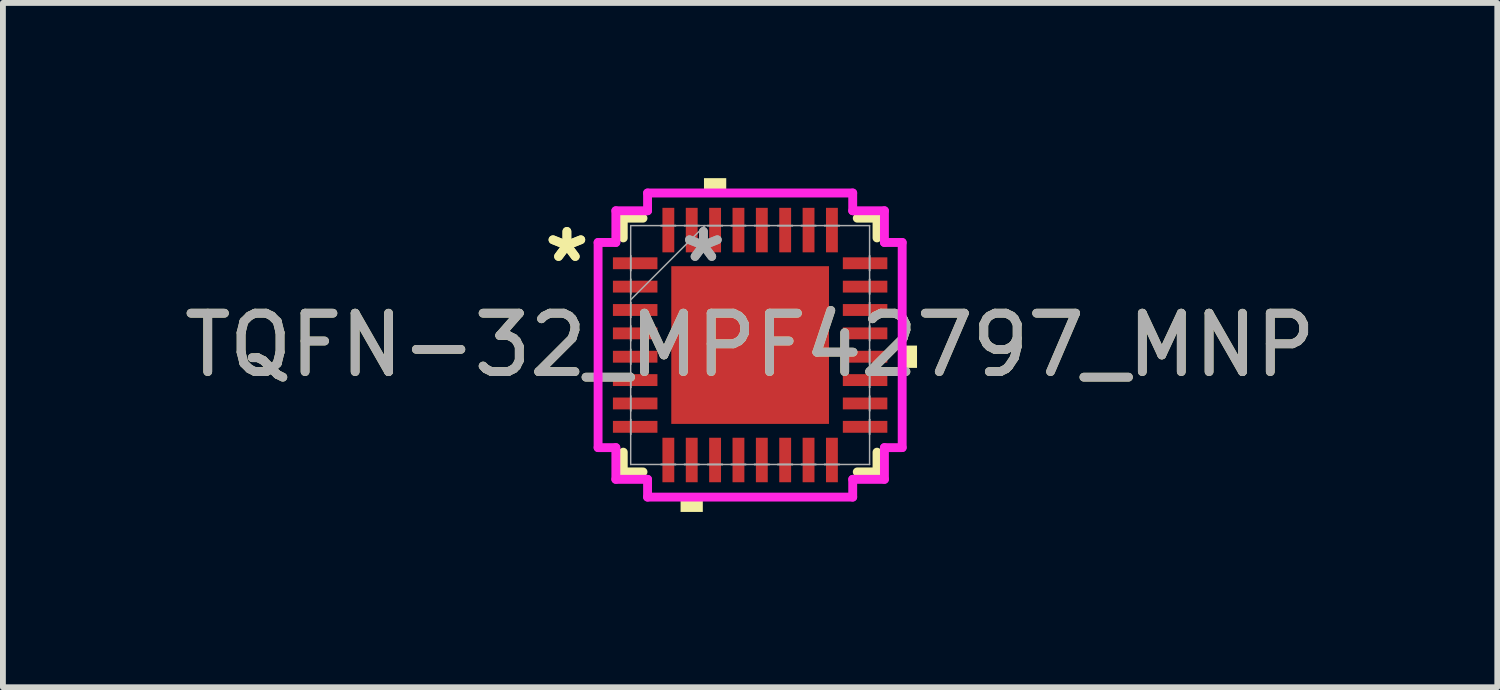
<source format=kicad_pcb>
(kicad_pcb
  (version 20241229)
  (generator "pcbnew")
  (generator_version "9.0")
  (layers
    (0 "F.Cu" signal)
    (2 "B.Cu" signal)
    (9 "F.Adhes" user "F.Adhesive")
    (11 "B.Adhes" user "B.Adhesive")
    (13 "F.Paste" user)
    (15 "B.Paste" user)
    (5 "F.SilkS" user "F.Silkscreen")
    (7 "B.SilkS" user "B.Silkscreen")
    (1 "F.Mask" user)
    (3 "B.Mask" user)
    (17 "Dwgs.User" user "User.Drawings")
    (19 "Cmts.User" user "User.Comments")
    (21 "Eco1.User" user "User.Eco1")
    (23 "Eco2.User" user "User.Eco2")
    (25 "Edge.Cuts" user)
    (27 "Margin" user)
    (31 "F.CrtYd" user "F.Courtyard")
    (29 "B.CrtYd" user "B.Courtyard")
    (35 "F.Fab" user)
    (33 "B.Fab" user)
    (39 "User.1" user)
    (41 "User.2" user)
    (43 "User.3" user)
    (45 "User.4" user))
  (footprint "TQFN-32_MPF42797_MNP"
    (layer "F.Cu")
    (at 9.792 2.857)
    (property "Reference" "TQFN-32_MPF42797_MNP" (at 0 0 0) (unlocked yes) (layer "F.SilkS") (effects (font (size 1 1) (thickness 0.15))))
    (attr smd)
    (fp_line (start -2.172 -2.172) (end -2.172 -1.834) (stroke (width 0.152) (type solid)) (layer "F.SilkS"))
    (fp_line (start -2.172 1.834) (end -2.172 2.172) (stroke (width 0.152) (type solid)) (layer "F.SilkS"))
    (fp_line (start -2.172 2.172) (end -1.834 2.172) (stroke (width 0.152) (type solid)) (layer "F.SilkS"))
    (fp_line (start -1.834 -2.172) (end -2.172 -2.172) (stroke (width 0.152) (type solid)) (layer "F.SilkS"))
    (fp_line (start 1.834 2.172) (end 2.172 2.172) (stroke (width 0.152) (type solid)) (layer "F.SilkS"))
    (fp_line (start 2.172 -2.172) (end 1.834 -2.172) (stroke (width 0.152) (type solid)) (layer "F.SilkS"))
    (fp_line (start 2.172 -1.834) (end 2.172 -2.172) (stroke (width 0.152) (type solid)) (layer "F.SilkS"))
    (fp_line (start 2.172 2.172) (end 2.172 1.834) (stroke (width 0.152) (type solid)) (layer "F.SilkS"))
    (fp_poly (pts (xy -1.191 2.603) (xy -1.191 2.857) (xy -0.81 2.857) (xy -0.81 2.603)) (stroke (width 0) (type solid)) (fill yes) (layer "F.SilkS"))
    (fp_poly (pts (xy -0.79 -2.603) (xy -0.79 -2.857) (xy -0.409 -2.857) (xy -0.409 -2.603)) (stroke (width 0) (type solid)) (fill yes) (layer "F.SilkS"))
    (fp_poly (pts (xy 2.857 0.009) (xy 2.857 0.391) (xy 2.603 0.391) (xy 2.603 0.009)) (stroke (width 0) (type solid)) (fill yes) (layer "F.SilkS"))
    (fp_line (start -2.603 -1.756) (end -2.299 -1.756) (stroke (width 0.152) (type solid)) (layer "F.CrtYd"))
    (fp_line (start -2.603 1.756) (end -2.603 -1.756) (stroke (width 0.152) (type solid)) (layer "F.CrtYd"))
    (fp_line (start -2.299 -2.299) (end -1.756 -2.299) (stroke (width 0.152) (type solid)) (layer "F.CrtYd"))
    (fp_line (start -2.299 -1.756) (end -2.299 -2.299) (stroke (width 0.152) (type solid)) (layer "F.CrtYd"))
    (fp_line (start -2.299 1.756) (end -2.603 1.756) (stroke (width 0.152) (type solid)) (layer "F.CrtYd"))
    (fp_line (start -2.299 2.299) (end -2.299 1.756) (stroke (width 0.152) (type solid)) (layer "F.CrtYd"))
    (fp_line (start -1.756 -2.603) (end 1.756 -2.603) (stroke (width 0.152) (type solid)) (layer "F.CrtYd"))
    (fp_line (start -1.756 -2.299) (end -1.756 -2.603) (stroke (width 0.152) (type solid)) (layer "F.CrtYd"))
    (fp_line (start -1.756 2.299) (end -2.299 2.299) (stroke (width 0.152) (type solid)) (layer "F.CrtYd"))
    (fp_line (start -1.756 2.603) (end -1.756 2.299) (stroke (width 0.152) (type solid)) (layer "F.CrtYd"))
    (fp_line (start 1.756 -2.603) (end 1.756 -2.299) (stroke (width 0.152) (type solid)) (layer "F.CrtYd"))
    (fp_line (start 1.756 -2.299) (end 2.299 -2.299) (stroke (width 0.152) (type solid)) (layer "F.CrtYd"))
    (fp_line (start 1.756 2.299) (end 1.756 2.603) (stroke (width 0.152) (type solid)) (layer "F.CrtYd"))
    (fp_line (start 1.756 2.603) (end -1.756 2.603) (stroke (width 0.152) (type solid)) (layer "F.CrtYd"))
    (fp_line (start 2.299 -2.299) (end 2.299 -1.756) (stroke (width 0.152) (type solid)) (layer "F.CrtYd"))
    (fp_line (start 2.299 -1.756) (end 2.603 -1.756) (stroke (width 0.152) (type solid)) (layer "F.CrtYd"))
    (fp_line (start 2.299 1.756) (end 2.299 2.299) (stroke (width 0.152) (type solid)) (layer "F.CrtYd"))
    (fp_line (start 2.299 2.299) (end 1.756 2.299) (stroke (width 0.152) (type solid)) (layer "F.CrtYd"))
    (fp_line (start 2.603 -1.756) (end 2.603 1.756) (stroke (width 0.152) (type solid)) (layer "F.CrtYd"))
    (fp_line (start 2.603 1.756) (end 2.299 1.756) (stroke (width 0.152) (type solid)) (layer "F.CrtYd"))
    (fp_line (start -2.045 -2.045) (end -2.045 2.045) (stroke (width 0.025) (type solid)) (layer "F.Fab"))
    (fp_line (start -2.045 -1.527) (end -2.045 -1.527) (stroke (width 0.025) (type solid)) (layer "F.Fab"))
    (fp_line (start -2.045 -1.527) (end -2.045 -1.273) (stroke (width 0.025) (type solid)) (layer "F.Fab"))
    (fp_line (start -2.045 -1.273) (end -2.045 -1.527) (stroke (width 0.025) (type solid)) (layer "F.Fab"))
    (fp_line (start -2.045 -1.273) (end -2.045 -1.273) (stroke (width 0.025) (type solid)) (layer "F.Fab"))
    (fp_line (start -2.045 -1.127) (end -2.045 -1.127) (stroke (width 0.025) (type solid)) (layer "F.Fab"))
    (fp_line (start -2.045 -1.127) (end -2.045 -0.873) (stroke (width 0.025) (type solid)) (layer "F.Fab"))
    (fp_line (start -2.045 -0.873) (end -2.045 -1.127) (stroke (width 0.025) (type solid)) (layer "F.Fab"))
    (fp_line (start -2.045 -0.873) (end -2.045 -0.873) (stroke (width 0.025) (type solid)) (layer "F.Fab"))
    (fp_line (start -2.045 -0.775) (end -0.775 -2.045) (stroke (width 0.025) (type solid)) (layer "F.Fab"))
    (fp_line (start -2.045 -0.727) (end -2.045 -0.727) (stroke (width 0.025) (type solid)) (layer "F.Fab"))
    (fp_line (start -2.045 -0.727) (end -2.045 -0.473) (stroke (width 0.025) (type solid)) (layer "F.Fab"))
    (fp_line (start -2.045 -0.473) (end -2.045 -0.727) (stroke (width 0.025) (type solid)) (layer "F.Fab"))
    (fp_line (start -2.045 -0.473) (end -2.045 -0.473) (stroke (width 0.025) (type solid)) (layer "F.Fab"))
    (fp_line (start -2.045 -0.327) (end -2.045 -0.327) (stroke (width 0.025) (type solid)) (layer "F.Fab"))
    (fp_line (start -2.045 -0.327) (end -2.045 -0.073) (stroke (width 0.025) (type solid)) (layer "F.Fab"))
    (fp_line (start -2.045 -0.073) (end -2.045 -0.327) (stroke (width 0.025) (type solid)) (layer "F.Fab"))
    (fp_line (start -2.045 -0.073) (end -2.045 -0.073) (stroke (width 0.025) (type solid)) (layer "F.Fab"))
    (fp_line (start -2.045 0.073) (end -2.045 0.073) (stroke (width 0.025) (type solid)) (layer "F.Fab"))
    (fp_line (start -2.045 0.073) (end -2.045 0.327) (stroke (width 0.025) (type solid)) (layer "F.Fab"))
    (fp_line (start -2.045 0.327) (end -2.045 0.073) (stroke (width 0.025) (type solid)) (layer "F.Fab"))
    (fp_line (start -2.045 0.327) (end -2.045 0.327) (stroke (width 0.025) (type solid)) (layer "F.Fab"))
    (fp_line (start -2.045 0.473) (end -2.045 0.473) (stroke (width 0.025) (type solid)) (layer "F.Fab"))
    (fp_line (start -2.045 0.473) (end -2.045 0.727) (stroke (width 0.025) (type solid)) (layer "F.Fab"))
    (fp_line (start -2.045 0.727) (end -2.045 0.473) (stroke (width 0.025) (type solid)) (layer "F.Fab"))
    (fp_line (start -2.045 0.727) (end -2.045 0.727) (stroke (width 0.025) (type solid)) (layer "F.Fab"))
    (fp_line (start -2.045 0.873) (end -2.045 0.873) (stroke (width 0.025) (type solid)) (layer "F.Fab"))
    (fp_line (start -2.045 0.873) (end -2.045 1.127) (stroke (width 0.025) (type solid)) (layer "F.Fab"))
    (fp_line (start -2.045 1.127) (end -2.045 0.873) (stroke (width 0.025) (type solid)) (layer "F.Fab"))
    (fp_line (start -2.045 1.127) (end -2.045 1.127) (stroke (width 0.025) (type solid)) (layer "F.Fab"))
    (fp_line (start -2.045 1.273) (end -2.045 1.273) (stroke (width 0.025) (type solid)) (layer "F.Fab"))
    (fp_line (start -2.045 1.273) (end -2.045 1.527) (stroke (width 0.025) (type solid)) (layer "F.Fab"))
    (fp_line (start -2.045 1.527) (end -2.045 1.273) (stroke (width 0.025) (type solid)) (layer "F.Fab"))
    (fp_line (start -2.045 1.527) (end -2.045 1.527) (stroke (width 0.025) (type solid)) (layer "F.Fab"))
    (fp_line (start -2.045 2.045) (end 2.045 2.045) (stroke (width 0.025) (type solid)) (layer "F.Fab"))
    (fp_line (start -1.527 -2.045) (end -1.527 -2.045) (stroke (width 0.025) (type solid)) (layer "F.Fab"))
    (fp_line (start -1.527 -2.045) (end -1.273 -2.045) (stroke (width 0.025) (type solid)) (layer "F.Fab"))
    (fp_line (start -1.527 2.045) (end -1.527 2.045) (stroke (width 0.025) (type solid)) (layer "F.Fab"))
    (fp_line (start -1.527 2.045) (end -1.273 2.045) (stroke (width 0.025) (type solid)) (layer "F.Fab"))
    (fp_line (start -1.273 -2.045) (end -1.527 -2.045) (stroke (width 0.025) (type solid)) (layer "F.Fab"))
    (fp_line (start -1.273 -2.045) (end -1.273 -2.045) (stroke (width 0.025) (type solid)) (layer "F.Fab"))
    (fp_line (start -1.273 2.045) (end -1.527 2.045) (stroke (width 0.025) (type solid)) (layer "F.Fab"))
    (fp_line (start -1.273 2.045) (end -1.273 2.045) (stroke (width 0.025) (type solid)) (layer "F.Fab"))
    (fp_line (start -1.127 -2.045) (end -1.127 -2.045) (stroke (width 0.025) (type solid)) (layer "F.Fab"))
    (fp_line (start -1.127 -2.045) (end -0.873 -2.045) (stroke (width 0.025) (type solid)) (layer "F.Fab"))
    (fp_line (start -1.127 2.045) (end -1.127 2.045) (stroke (width 0.025) (type solid)) (layer "F.Fab"))
    (fp_line (start -1.127 2.045) (end -0.873 2.045) (stroke (width 0.025) (type solid)) (layer "F.Fab"))
    (fp_line (start -0.873 -2.045) (end -1.127 -2.045) (stroke (width 0.025) (type solid)) (layer "F.Fab"))
    (fp_line (start -0.873 -2.045) (end -0.873 -2.045) (stroke (width 0.025) (type solid)) (layer "F.Fab"))
    (fp_line (start -0.873 2.045) (end -1.127 2.045) (stroke (width 0.025) (type solid)) (layer "F.Fab"))
    (fp_line (start -0.873 2.045) (end -0.873 2.045) (stroke (width 0.025) (type solid)) (layer "F.Fab"))
    (fp_line (start -0.727 -2.045) (end -0.727 -2.045) (stroke (width 0.025) (type solid)) (layer "F.Fab"))
    (fp_line (start -0.727 -2.045) (end -0.473 -2.045) (stroke (width 0.025) (type solid)) (layer "F.Fab"))
    (fp_line (start -0.727 2.045) (end -0.727 2.045) (stroke (width 0.025) (type solid)) (layer "F.Fab"))
    (fp_line (start -0.727 2.045) (end -0.473 2.045) (stroke (width 0.025) (type solid)) (layer "F.Fab"))
    (fp_line (start -0.473 -2.045) (end -0.727 -2.045) (stroke (width 0.025) (type solid)) (layer "F.Fab"))
    (fp_line (start -0.473 -2.045) (end -0.473 -2.045) (stroke (width 0.025) (type solid)) (layer "F.Fab"))
    (fp_line (start -0.473 2.045) (end -0.727 2.045) (stroke (width 0.025) (type solid)) (layer "F.Fab"))
    (fp_line (start -0.473 2.045) (end -0.473 2.045) (stroke (width 0.025) (type solid)) (layer "F.Fab"))
    (fp_line (start -0.327 -2.045) (end -0.327 -2.045) (stroke (width 0.025) (type solid)) (layer "F.Fab"))
    (fp_line (start -0.327 -2.045) (end -0.073 -2.045) (stroke (width 0.025) (type solid)) (layer "F.Fab"))
    (fp_line (start -0.327 2.045) (end -0.327 2.045) (stroke (width 0.025) (type solid)) (layer "F.Fab"))
    (fp_line (start -0.327 2.045) (end -0.073 2.045) (stroke (width 0.025) (type solid)) (layer "F.Fab"))
    (fp_line (start -0.073 -2.045) (end -0.327 -2.045) (stroke (width 0.025) (type solid)) (layer "F.Fab"))
    (fp_line (start -0.073 -2.045) (end -0.073 -2.045) (stroke (width 0.025) (type solid)) (layer "F.Fab"))
    (fp_line (start -0.073 2.045) (end -0.327 2.045) (stroke (width 0.025) (type solid)) (layer "F.Fab"))
    (fp_line (start -0.073 2.045) (end -0.073 2.045) (stroke (width 0.025) (type solid)) (layer "F.Fab"))
    (fp_line (start 0.073 -2.045) (end 0.073 -2.045) (stroke (width 0.025) (type solid)) (layer "F.Fab"))
    (fp_line (start 0.073 -2.045) (end 0.327 -2.045) (stroke (width 0.025) (type solid)) (layer "F.Fab"))
    (fp_line (start 0.073 2.045) (end 0.073 2.045) (stroke (width 0.025) (type solid)) (layer "F.Fab"))
    (fp_line (start 0.073 2.045) (end 0.327 2.045) (stroke (width 0.025) (type solid)) (layer "F.Fab"))
    (fp_line (start 0.327 -2.045) (end 0.073 -2.045) (stroke (width 0.025) (type solid)) (layer "F.Fab"))
    (fp_line (start 0.327 -2.045) (end 0.327 -2.045) (stroke (width 0.025) (type solid)) (layer "F.Fab"))
    (fp_line (start 0.327 2.045) (end 0.073 2.045) (stroke (width 0.025) (type solid)) (layer "F.Fab"))
    (fp_line (start 0.327 2.045) (end 0.327 2.045) (stroke (width 0.025) (type solid)) (layer "F.Fab"))
    (fp_line (start 0.473 -2.045) (end 0.473 -2.045) (stroke (width 0.025) (type solid)) (layer "F.Fab"))
    (fp_line (start 0.473 -2.045) (end 0.727 -2.045) (stroke (width 0.025) (type solid)) (layer "F.Fab"))
    (fp_line (start 0.473 2.045) (end 0.473 2.045) (stroke (width 0.025) (type solid)) (layer "F.Fab"))
    (fp_line (start 0.473 2.045) (end 0.727 2.045) (stroke (width 0.025) (type solid)) (layer "F.Fab"))
    (fp_line (start 0.727 -2.045) (end 0.473 -2.045) (stroke (width 0.025) (type solid)) (layer "F.Fab"))
    (fp_line (start 0.727 -2.045) (end 0.727 -2.045) (stroke (width 0.025) (type solid)) (layer "F.Fab"))
    (fp_line (start 0.727 2.045) (end 0.473 2.045) (stroke (width 0.025) (type solid)) (layer "F.Fab"))
    (fp_line (start 0.727 2.045) (end 0.727 2.045) (stroke (width 0.025) (type solid)) (layer "F.Fab"))
    (fp_line (start 0.873 -2.045) (end 0.873 -2.045) (stroke (width 0.025) (type solid)) (layer "F.Fab"))
    (fp_line (start 0.873 -2.045) (end 1.127 -2.045) (stroke (width 0.025) (type solid)) (layer "F.Fab"))
    (fp_line (start 0.873 2.045) (end 0.873 2.045) (stroke (width 0.025) (type solid)) (layer "F.Fab"))
    (fp_line (start 0.873 2.045) (end 1.127 2.045) (stroke (width 0.025) (type solid)) (layer "F.Fab"))
    (fp_line (start 1.127 -2.045) (end 0.873 -2.045) (stroke (width 0.025) (type solid)) (layer "F.Fab"))
    (fp_line (start 1.127 -2.045) (end 1.127 -2.045) (stroke (width 0.025) (type solid)) (layer "F.Fab"))
    (fp_line (start 1.127 2.045) (end 0.873 2.045) (stroke (width 0.025) (type solid)) (layer "F.Fab"))
    (fp_line (start 1.127 2.045) (end 1.127 2.045) (stroke (width 0.025) (type solid)) (layer "F.Fab"))
    (fp_line (start 1.273 -2.045) (end 1.273 -2.045) (stroke (width 0.025) (type solid)) (layer "F.Fab"))
    (fp_line (start 1.273 -2.045) (end 1.527 -2.045) (stroke (width 0.025) (type solid)) (layer "F.Fab"))
    (fp_line (start 1.273 2.045) (end 1.273 2.045) (stroke (width 0.025) (type solid)) (layer "F.Fab"))
    (fp_line (start 1.273 2.045) (end 1.527 2.045) (stroke (width 0.025) (type solid)) (layer "F.Fab"))
    (fp_line (start 1.527 -2.045) (end 1.273 -2.045) (stroke (width 0.025) (type solid)) (layer "F.Fab"))
    (fp_line (start 1.527 -2.045) (end 1.527 -2.045) (stroke (width 0.025) (type solid)) (layer "F.Fab"))
    (fp_line (start 1.527 2.045) (end 1.273 2.045) (stroke (width 0.025) (type solid)) (layer "F.Fab"))
    (fp_line (start 1.527 2.045) (end 1.527 2.045) (stroke (width 0.025) (type solid)) (layer "F.Fab"))
    (fp_line (start 2.045 -2.045) (end -2.045 -2.045) (stroke (width 0.025) (type solid)) (layer "F.Fab"))
    (fp_line (start 2.045 -1.527) (end 2.045 -1.527) (stroke (width 0.025) (type solid)) (layer "F.Fab"))
    (fp_line (start 2.045 -1.527) (end 2.045 -1.273) (stroke (width 0.025) (type solid)) (layer "F.Fab"))
    (fp_line (start 2.045 -1.273) (end 2.045 -1.527) (stroke (width 0.025) (type solid)) (layer "F.Fab"))
    (fp_line (start 2.045 -1.273) (end 2.045 -1.273) (stroke (width 0.025) (type solid)) (layer "F.Fab"))
    (fp_line (start 2.045 -1.127) (end 2.045 -1.127) (stroke (width 0.025) (type solid)) (layer "F.Fab"))
    (fp_line (start 2.045 -1.127) (end 2.045 -0.873) (stroke (width 0.025) (type solid)) (layer "F.Fab"))
    (fp_line (start 2.045 -0.873) (end 2.045 -1.127) (stroke (width 0.025) (type solid)) (layer "F.Fab"))
    (fp_line (start 2.045 -0.873) (end 2.045 -0.873) (stroke (width 0.025) (type solid)) (layer "F.Fab"))
    (fp_line (start 2.045 -0.727) (end 2.045 -0.727) (stroke (width 0.025) (type solid)) (layer "F.Fab"))
    (fp_line (start 2.045 -0.727) (end 2.045 -0.473) (stroke (width 0.025) (type solid)) (layer "F.Fab"))
    (fp_line (start 2.045 -0.473) (end 2.045 -0.727) (stroke (width 0.025) (type solid)) (layer "F.Fab"))
    (fp_line (start 2.045 -0.473) (end 2.045 -0.473) (stroke (width 0.025) (type solid)) (layer "F.Fab"))
    (fp_line (start 2.045 -0.327) (end 2.045 -0.327) (stroke (width 0.025) (type solid)) (layer "F.Fab"))
    (fp_line (start 2.045 -0.327) (end 2.045 -0.073) (stroke (width 0.025) (type solid)) (layer "F.Fab"))
    (fp_line (start 2.045 -0.073) (end 2.045 -0.327) (stroke (width 0.025) (type solid)) (layer "F.Fab"))
    (fp_line (start 2.045 -0.073) (end 2.045 -0.073) (stroke (width 0.025) (type solid)) (layer "F.Fab"))
    (fp_line (start 2.045 0.073) (end 2.045 0.073) (stroke (width 0.025) (type solid)) (layer "F.Fab"))
    (fp_line (start 2.045 0.073) (end 2.045 0.327) (stroke (width 0.025) (type solid)) (layer "F.Fab"))
    (fp_line (start 2.045 0.327) (end 2.045 0.073) (stroke (width 0.025) (type solid)) (layer "F.Fab"))
    (fp_line (start 2.045 0.327) (end 2.045 0.327) (stroke (width 0.025) (type solid)) (layer "F.Fab"))
    (fp_line (start 2.045 0.473) (end 2.045 0.473) (stroke (width 0.025) (type solid)) (layer "F.Fab"))
    (fp_line (start 2.045 0.473) (end 2.045 0.727) (stroke (width 0.025) (type solid)) (layer "F.Fab"))
    (fp_line (start 2.045 0.727) (end 2.045 0.473) (stroke (width 0.025) (type solid)) (layer "F.Fab"))
    (fp_line (start 2.045 0.727) (end 2.045 0.727) (stroke (width 0.025) (type solid)) (layer "F.Fab"))
    (fp_line (start 2.045 0.873) (end 2.045 0.873) (stroke (width 0.025) (type solid)) (layer "F.Fab"))
    (fp_line (start 2.045 0.873) (end 2.045 1.127) (stroke (width 0.025) (type solid)) (layer "F.Fab"))
    (fp_line (start 2.045 1.127) (end 2.045 0.873) (stroke (width 0.025) (type solid)) (layer "F.Fab"))
    (fp_line (start 2.045 1.127) (end 2.045 1.127) (stroke (width 0.025) (type solid)) (layer "F.Fab"))
    (fp_line (start 2.045 1.273) (end 2.045 1.273) (stroke (width 0.025) (type solid)) (layer "F.Fab"))
    (fp_line (start 2.045 1.273) (end 2.045 1.527) (stroke (width 0.025) (type solid)) (layer "F.Fab"))
    (fp_line (start 2.045 1.527) (end 2.045 1.273) (stroke (width 0.025) (type solid)) (layer "F.Fab"))
    (fp_line (start 2.045 1.527) (end 2.045 1.527) (stroke (width 0.025) (type solid)) (layer "F.Fab"))
    (fp_line (start 2.045 2.045) (end 2.045 -2.045) (stroke (width 0.025) (type solid)) (layer "F.Fab"))
    (fp_text user "*" (at -3.137 -1.4 0) (unlocked yes) (layer "F.SilkS") (effects (font (size 1 1) (thickness 0.15))))
    (fp_text user "*" (at -3.137 -1.4 0) (layer "F.SilkS") (effects (font (size 1 1) (thickness 0.15))))
    (fp_text user "*" (at -0.8 -1.4 0) (layer "F.Fab") (effects (font (size 1 1) (thickness 0.15))))
    (fp_text user "*" (at -0.8 -1.4 0) (unlocked yes) (layer "F.Fab") (effects (font (size 1 1) (thickness 0.15))))
    (fp_text user "${REFERENCE}" (at 0 0 0) (unlocked yes) (layer "F.Fab") (effects (font (size 1 1) (thickness 0.15))))
    (pad "1" smd rect (at -1.968 -1.4 90) (size 0.203 0.762) (layers "F.Cu" "F.Mask" "F.Paste"))
    (pad "2" smd rect (at -1.968 -1 90) (size 0.203 0.762) (layers "F.Cu" "F.Mask" "F.Paste"))
    (pad "3" smd rect (at -1.968 -0.6 90) (size 0.203 0.762) (layers "F.Cu" "F.Mask" "F.Paste"))
    (pad "4" smd rect (at -1.968 -0.2 90) (size 0.203 0.762) (layers "F.Cu" "F.Mask" "F.Paste"))
    (pad "5" smd rect (at -1.968 0.2 90) (size 0.203 0.762) (layers "F.Cu" "F.Mask" "F.Paste"))
    (pad "6" smd rect (at -1.968 0.6 90) (size 0.203 0.762) (layers "F.Cu" "F.Mask" "F.Paste"))
    (pad "7" smd rect (at -1.968 1 90) (size 0.203 0.762) (layers "F.Cu" "F.Mask" "F.Paste"))
    (pad "8" smd rect (at -1.968 1.4 90) (size 0.203 0.762) (layers "F.Cu" "F.Mask" "F.Paste"))
    (pad "9" smd rect (at -1.4 1.968) (size 0.203 0.762) (layers "F.Cu" "F.Mask" "F.Paste"))
    (pad "10" smd rect (at -1 1.968) (size 0.203 0.762) (layers "F.Cu" "F.Mask" "F.Paste"))
    (pad "11" smd rect (at -0.6 1.968) (size 0.203 0.762) (layers "F.Cu" "F.Mask" "F.Paste"))
    (pad "12" smd rect (at -0.2 1.968) (size 0.203 0.762) (layers "F.Cu" "F.Mask" "F.Paste"))
    (pad "13" smd rect (at 0.2 1.968) (size 0.203 0.762) (layers "F.Cu" "F.Mask" "F.Paste"))
    (pad "14" smd rect (at 0.6 1.968) (size 0.203 0.762) (layers "F.Cu" "F.Mask" "F.Paste"))
    (pad "15" smd rect (at 1 1.968) (size 0.203 0.762) (layers "F.Cu" "F.Mask" "F.Paste"))
    (pad "16" smd rect (at 1.4 1.968) (size 0.203 0.762) (layers "F.Cu" "F.Mask" "F.Paste"))
    (pad "17" smd rect (at 1.968 1.4 90) (size 0.203 0.762) (layers "F.Cu" "F.Mask" "F.Paste"))
    (pad "18" smd rect (at 1.968 1 90) (size 0.203 0.762) (layers "F.Cu" "F.Mask" "F.Paste"))
    (pad "19" smd rect (at 1.968 0.6 90) (size 0.203 0.762) (layers "F.Cu" "F.Mask" "F.Paste"))
    (pad "20" smd rect (at 1.968 0.2 90) (size 0.203 0.762) (layers "F.Cu" "F.Mask" "F.Paste"))
    (pad "21" smd rect (at 1.968 -0.2 90) (size 0.203 0.762) (layers "F.Cu" "F.Mask" "F.Paste"))
    (pad "22" smd rect (at 1.968 -0.6 90) (size 0.203 0.762) (layers "F.Cu" "F.Mask" "F.Paste"))
    (pad "23" smd rect (at 1.968 -1 90) (size 0.203 0.762) (layers "F.Cu" "F.Mask" "F.Paste"))
    (pad "24" smd rect (at 1.968 -1.4 90) (size 0.203 0.762) (layers "F.Cu" "F.Mask" "F.Paste"))
    (pad "25" smd rect (at 1.4 -1.968) (size 0.203 0.762) (layers "F.Cu" "F.Mask" "F.Paste"))
    (pad "26" smd rect (at 1 -1.968) (size 0.203 0.762) (layers "F.Cu" "F.Mask" "F.Paste"))
    (pad "27" smd rect (at 0.6 -1.968) (size 0.203 0.762) (layers "F.Cu" "F.Mask" "F.Paste"))
    (pad "28" smd rect (at 0.2 -1.968) (size 0.203 0.762) (layers "F.Cu" "F.Mask" "F.Paste"))
    (pad "29" smd rect (at -0.2 -1.968) (size 0.203 0.762) (layers "F.Cu" "F.Mask" "F.Paste"))
    (pad "30" smd rect (at -0.6 -1.968) (size 0.203 0.762) (layers "F.Cu" "F.Mask" "F.Paste"))
    (pad "31" smd rect (at -1 -1.968) (size 0.203 0.762) (layers "F.Cu" "F.Mask" "F.Paste"))
    (pad "32" smd rect (at -1.4 -1.968) (size 0.203 0.762) (layers "F.Cu" "F.Mask" "F.Paste"))
    (pad "33" smd rect (at 0 0) (size 2.7 2.7) (layers "F.Cu" "F.Mask" "F.Paste")))
  (gr_rect
    (start -3 -3)
    (end 22.583 8.715)
    (stroke (width 0.1) (type default))
    (fill no)
    (layer "Edge.Cuts")))
</source>
